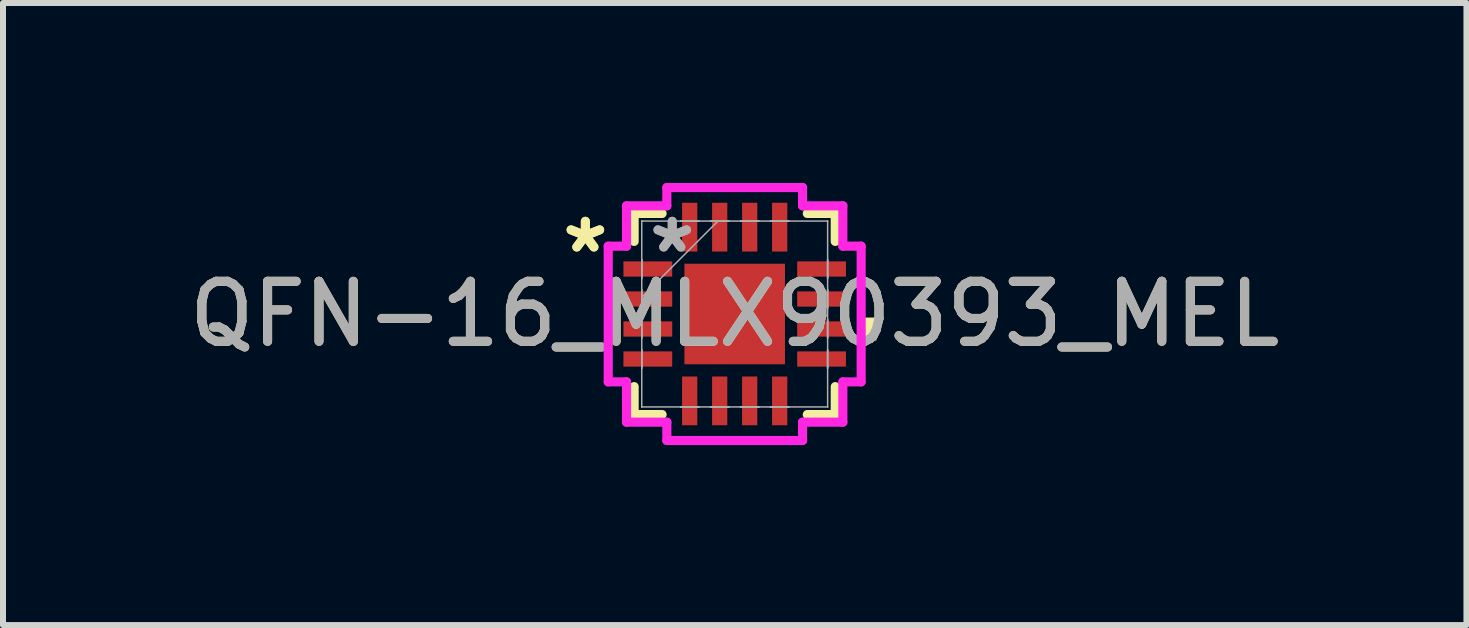
<source format=kicad_pcb>
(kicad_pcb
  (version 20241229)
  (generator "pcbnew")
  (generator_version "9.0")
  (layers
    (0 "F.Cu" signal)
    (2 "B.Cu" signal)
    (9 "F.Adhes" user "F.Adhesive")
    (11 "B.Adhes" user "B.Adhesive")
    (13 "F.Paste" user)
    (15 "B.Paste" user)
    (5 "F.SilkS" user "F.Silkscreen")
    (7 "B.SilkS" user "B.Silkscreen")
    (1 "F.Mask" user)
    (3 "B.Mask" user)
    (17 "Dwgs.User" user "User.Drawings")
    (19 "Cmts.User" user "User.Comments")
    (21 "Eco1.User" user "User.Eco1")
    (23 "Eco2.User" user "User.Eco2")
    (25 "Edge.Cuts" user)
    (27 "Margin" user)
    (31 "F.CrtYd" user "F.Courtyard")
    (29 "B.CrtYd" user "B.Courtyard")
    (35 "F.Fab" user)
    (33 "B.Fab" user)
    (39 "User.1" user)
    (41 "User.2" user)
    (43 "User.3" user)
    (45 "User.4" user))
  (footprint "QFN-16_MLX90393_MEL"
    (layer "F.Cu")
    (at 9.196 2.184)
    (property "Reference" "QFN-16_MLX90393_MEL" (at 0 0 0) (unlocked yes) (layer "F.SilkS") (effects (font (size 1 1) (thickness 0.15))))
    (attr smd)
    (fp_line (start -1.676 -1.676) (end -1.676 -1.21) (stroke (width 0.152) (type solid)) (layer "F.SilkS"))
    (fp_line (start -1.676 1.21) (end -1.676 1.676) (stroke (width 0.152) (type solid)) (layer "F.SilkS"))
    (fp_line (start -1.676 1.676) (end -1.21 1.676) (stroke (width 0.152) (type solid)) (layer "F.SilkS"))
    (fp_line (start -1.21 -1.676) (end -1.676 -1.676) (stroke (width 0.152) (type solid)) (layer "F.SilkS"))
    (fp_line (start 1.21 1.676) (end 1.676 1.676) (stroke (width 0.152) (type solid)) (layer "F.SilkS"))
    (fp_line (start 1.676 -1.676) (end 1.21 -1.676) (stroke (width 0.152) (type solid)) (layer "F.SilkS"))
    (fp_line (start 1.676 -1.21) (end 1.676 -1.676) (stroke (width 0.152) (type solid)) (layer "F.SilkS"))
    (fp_line (start 1.676 1.676) (end 1.676 1.21) (stroke (width 0.152) (type solid)) (layer "F.SilkS"))
    (fp_poly (pts (xy 2.362 0.059) (xy 2.362 0.441) (xy 2.108 0.441) (xy 2.108 0.059)) (stroke (width 0) (type solid)) (fill yes) (layer "F.SilkS"))
    (fp_line (start -2.108 -1.131) (end -1.803 -1.131) (stroke (width 0.152) (type solid)) (layer "F.CrtYd"))
    (fp_line (start -2.108 1.131) (end -2.108 -1.131) (stroke (width 0.152) (type solid)) (layer "F.CrtYd"))
    (fp_line (start -1.803 -1.803) (end -1.131 -1.803) (stroke (width 0.152) (type solid)) (layer "F.CrtYd"))
    (fp_line (start -1.803 -1.131) (end -1.803 -1.803) (stroke (width 0.152) (type solid)) (layer "F.CrtYd"))
    (fp_line (start -1.803 1.131) (end -2.108 1.131) (stroke (width 0.152) (type solid)) (layer "F.CrtYd"))
    (fp_line (start -1.803 1.803) (end -1.803 1.131) (stroke (width 0.152) (type solid)) (layer "F.CrtYd"))
    (fp_line (start -1.131 -2.108) (end 1.131 -2.108) (stroke (width 0.152) (type solid)) (layer "F.CrtYd"))
    (fp_line (start -1.131 -1.803) (end -1.131 -2.108) (stroke (width 0.152) (type solid)) (layer "F.CrtYd"))
    (fp_line (start -1.131 1.803) (end -1.803 1.803) (stroke (width 0.152) (type solid)) (layer "F.CrtYd"))
    (fp_line (start -1.131 2.108) (end -1.131 1.803) (stroke (width 0.152) (type solid)) (layer "F.CrtYd"))
    (fp_line (start 1.131 -2.108) (end 1.131 -1.803) (stroke (width 0.152) (type solid)) (layer "F.CrtYd"))
    (fp_line (start 1.131 -1.803) (end 1.803 -1.803) (stroke (width 0.152) (type solid)) (layer "F.CrtYd"))
    (fp_line (start 1.131 1.803) (end 1.131 2.108) (stroke (width 0.152) (type solid)) (layer "F.CrtYd"))
    (fp_line (start 1.131 2.108) (end -1.131 2.108) (stroke (width 0.152) (type solid)) (layer "F.CrtYd"))
    (fp_line (start 1.803 -1.803) (end 1.803 -1.131) (stroke (width 0.152) (type solid)) (layer "F.CrtYd"))
    (fp_line (start 1.803 -1.131) (end 2.108 -1.131) (stroke (width 0.152) (type solid)) (layer "F.CrtYd"))
    (fp_line (start 1.803 1.131) (end 1.803 1.803) (stroke (width 0.152) (type solid)) (layer "F.CrtYd"))
    (fp_line (start 1.803 1.803) (end 1.131 1.803) (stroke (width 0.152) (type solid)) (layer "F.CrtYd"))
    (fp_line (start 2.108 -1.131) (end 2.108 1.131) (stroke (width 0.152) (type solid)) (layer "F.CrtYd"))
    (fp_line (start 2.108 1.131) (end 1.803 1.131) (stroke (width 0.152) (type solid)) (layer "F.CrtYd"))
    (fp_line (start -1.549 -1.549) (end -1.549 -1.549) (stroke (width 0.025) (type solid)) (layer "F.Fab"))
    (fp_line (start -1.549 -1.549) (end -1.549 1.549) (stroke (width 0.025) (type solid)) (layer "F.Fab"))
    (fp_line (start -1.549 -0.902) (end -1.549 -0.902) (stroke (width 0.025) (type solid)) (layer "F.Fab"))
    (fp_line (start -1.549 -0.902) (end -1.549 -0.598) (stroke (width 0.025) (type solid)) (layer "F.Fab"))
    (fp_line (start -1.549 -0.598) (end -1.549 -0.902) (stroke (width 0.025) (type solid)) (layer "F.Fab"))
    (fp_line (start -1.549 -0.598) (end -1.549 -0.598) (stroke (width 0.025) (type solid)) (layer "F.Fab"))
    (fp_line (start -1.549 -0.402) (end -1.549 -0.402) (stroke (width 0.025) (type solid)) (layer "F.Fab"))
    (fp_line (start -1.549 -0.402) (end -1.549 -0.098) (stroke (width 0.025) (type solid)) (layer "F.Fab"))
    (fp_line (start -1.549 -0.279) (end -0.279 -1.549) (stroke (width 0.025) (type solid)) (layer "F.Fab"))
    (fp_line (start -1.549 -0.098) (end -1.549 -0.402) (stroke (width 0.025) (type solid)) (layer "F.Fab"))
    (fp_line (start -1.549 -0.098) (end -1.549 -0.098) (stroke (width 0.025) (type solid)) (layer "F.Fab"))
    (fp_line (start -1.549 0.098) (end -1.549 0.098) (stroke (width 0.025) (type solid)) (layer "F.Fab"))
    (fp_line (start -1.549 0.098) (end -1.549 0.402) (stroke (width 0.025) (type solid)) (layer "F.Fab"))
    (fp_line (start -1.549 0.402) (end -1.549 0.098) (stroke (width 0.025) (type solid)) (layer "F.Fab"))
    (fp_line (start -1.549 0.402) (end -1.549 0.402) (stroke (width 0.025) (type solid)) (layer "F.Fab"))
    (fp_line (start -1.549 0.598) (end -1.549 0.598) (stroke (width 0.025) (type solid)) (layer "F.Fab"))
    (fp_line (start -1.549 0.598) (end -1.549 0.902) (stroke (width 0.025) (type solid)) (layer "F.Fab"))
    (fp_line (start -1.549 0.902) (end -1.549 0.598) (stroke (width 0.025) (type solid)) (layer "F.Fab"))
    (fp_line (start -1.549 0.902) (end -1.549 0.902) (stroke (width 0.025) (type solid)) (layer "F.Fab"))
    (fp_line (start -1.549 1.549) (end -1.549 1.549) (stroke (width 0.025) (type solid)) (layer "F.Fab"))
    (fp_line (start -1.549 1.549) (end 1.549 1.549) (stroke (width 0.025) (type solid)) (layer "F.Fab"))
    (fp_line (start -0.902 -1.549) (end -0.902 -1.549) (stroke (width 0.025) (type solid)) (layer "F.Fab"))
    (fp_line (start -0.902 -1.549) (end -0.598 -1.549) (stroke (width 0.025) (type solid)) (layer "F.Fab"))
    (fp_line (start -0.902 1.549) (end -0.902 1.549) (stroke (width 0.025) (type solid)) (layer "F.Fab"))
    (fp_line (start -0.902 1.549) (end -0.598 1.549) (stroke (width 0.025) (type solid)) (layer "F.Fab"))
    (fp_line (start -0.598 -1.549) (end -0.902 -1.549) (stroke (width 0.025) (type solid)) (layer "F.Fab"))
    (fp_line (start -0.598 -1.549) (end -0.598 -1.549) (stroke (width 0.025) (type solid)) (layer "F.Fab"))
    (fp_line (start -0.598 1.549) (end -0.902 1.549) (stroke (width 0.025) (type solid)) (layer "F.Fab"))
    (fp_line (start -0.598 1.549) (end -0.598 1.549) (stroke (width 0.025) (type solid)) (layer "F.Fab"))
    (fp_line (start -0.402 -1.549) (end -0.402 -1.549) (stroke (width 0.025) (type solid)) (layer "F.Fab"))
    (fp_line (start -0.402 -1.549) (end -0.098 -1.549) (stroke (width 0.025) (type solid)) (layer "F.Fab"))
    (fp_line (start -0.402 1.549) (end -0.402 1.549) (stroke (width 0.025) (type solid)) (layer "F.Fab"))
    (fp_line (start -0.402 1.549) (end -0.098 1.549) (stroke (width 0.025) (type solid)) (layer "F.Fab"))
    (fp_line (start -0.098 -1.549) (end -0.402 -1.549) (stroke (width 0.025) (type solid)) (layer "F.Fab"))
    (fp_line (start -0.098 -1.549) (end -0.098 -1.549) (stroke (width 0.025) (type solid)) (layer "F.Fab"))
    (fp_line (start -0.098 1.549) (end -0.402 1.549) (stroke (width 0.025) (type solid)) (layer "F.Fab"))
    (fp_line (start -0.098 1.549) (end -0.098 1.549) (stroke (width 0.025) (type solid)) (layer "F.Fab"))
    (fp_line (start 0.098 -1.549) (end 0.098 -1.549) (stroke (width 0.025) (type solid)) (layer "F.Fab"))
    (fp_line (start 0.098 -1.549) (end 0.402 -1.549) (stroke (width 0.025) (type solid)) (layer "F.Fab"))
    (fp_line (start 0.098 1.549) (end 0.098 1.549) (stroke (width 0.025) (type solid)) (layer "F.Fab"))
    (fp_line (start 0.098 1.549) (end 0.402 1.549) (stroke (width 0.025) (type solid)) (layer "F.Fab"))
    (fp_line (start 0.402 -1.549) (end 0.098 -1.549) (stroke (width 0.025) (type solid)) (layer "F.Fab"))
    (fp_line (start 0.402 -1.549) (end 0.402 -1.549) (stroke (width 0.025) (type solid)) (layer "F.Fab"))
    (fp_line (start 0.402 1.549) (end 0.098 1.549) (stroke (width 0.025) (type solid)) (layer "F.Fab"))
    (fp_line (start 0.402 1.549) (end 0.402 1.549) (stroke (width 0.025) (type solid)) (layer "F.Fab"))
    (fp_line (start 0.598 -1.549) (end 0.598 -1.549) (stroke (width 0.025) (type solid)) (layer "F.Fab"))
    (fp_line (start 0.598 -1.549) (end 0.902 -1.549) (stroke (width 0.025) (type solid)) (layer "F.Fab"))
    (fp_line (start 0.598 1.549) (end 0.598 1.549) (stroke (width 0.025) (type solid)) (layer "F.Fab"))
    (fp_line (start 0.598 1.549) (end 0.902 1.549) (stroke (width 0.025) (type solid)) (layer "F.Fab"))
    (fp_line (start 0.902 -1.549) (end 0.598 -1.549) (stroke (width 0.025) (type solid)) (layer "F.Fab"))
    (fp_line (start 0.902 -1.549) (end 0.902 -1.549) (stroke (width 0.025) (type solid)) (layer "F.Fab"))
    (fp_line (start 0.902 1.549) (end 0.598 1.549) (stroke (width 0.025) (type solid)) (layer "F.Fab"))
    (fp_line (start 0.902 1.549) (end 0.902 1.549) (stroke (width 0.025) (type solid)) (layer "F.Fab"))
    (fp_line (start 1.549 -1.549) (end -1.549 -1.549) (stroke (width 0.025) (type solid)) (layer "F.Fab"))
    (fp_line (start 1.549 -1.549) (end 1.549 -1.549) (stroke (width 0.025) (type solid)) (layer "F.Fab"))
    (fp_line (start 1.549 -0.902) (end 1.549 -0.902) (stroke (width 0.025) (type solid)) (layer "F.Fab"))
    (fp_line (start 1.549 -0.902) (end 1.549 -0.598) (stroke (width 0.025) (type solid)) (layer "F.Fab"))
    (fp_line (start 1.549 -0.598) (end 1.549 -0.902) (stroke (width 0.025) (type solid)) (layer "F.Fab"))
    (fp_line (start 1.549 -0.598) (end 1.549 -0.598) (stroke (width 0.025) (type solid)) (layer "F.Fab"))
    (fp_line (start 1.549 -0.402) (end 1.549 -0.402) (stroke (width 0.025) (type solid)) (layer "F.Fab"))
    (fp_line (start 1.549 -0.402) (end 1.549 -0.098) (stroke (width 0.025) (type solid)) (layer "F.Fab"))
    (fp_line (start 1.549 -0.098) (end 1.549 -0.402) (stroke (width 0.025) (type solid)) (layer "F.Fab"))
    (fp_line (start 1.549 -0.098) (end 1.549 -0.098) (stroke (width 0.025) (type solid)) (layer "F.Fab"))
    (fp_line (start 1.549 0.098) (end 1.549 0.098) (stroke (width 0.025) (type solid)) (layer "F.Fab"))
    (fp_line (start 1.549 0.098) (end 1.549 0.402) (stroke (width 0.025) (type solid)) (layer "F.Fab"))
    (fp_line (start 1.549 0.402) (end 1.549 0.098) (stroke (width 0.025) (type solid)) (layer "F.Fab"))
    (fp_line (start 1.549 0.402) (end 1.549 0.402) (stroke (width 0.025) (type solid)) (layer "F.Fab"))
    (fp_line (start 1.549 0.598) (end 1.549 0.598) (stroke (width 0.025) (type solid)) (layer "F.Fab"))
    (fp_line (start 1.549 0.598) (end 1.549 0.902) (stroke (width 0.025) (type solid)) (layer "F.Fab"))
    (fp_line (start 1.549 0.902) (end 1.549 0.598) (stroke (width 0.025) (type solid)) (layer "F.Fab"))
    (fp_line (start 1.549 0.902) (end 1.549 0.902) (stroke (width 0.025) (type solid)) (layer "F.Fab"))
    (fp_line (start 1.549 1.549) (end 1.549 -1.549) (stroke (width 0.025) (type solid)) (layer "F.Fab"))
    (fp_line (start 1.549 1.549) (end 1.549 1.549) (stroke (width 0.025) (type solid)) (layer "F.Fab"))
    (fp_text user "*" (at -2.489 -1 0) (unlocked yes) (layer "F.SilkS") (effects (font (size 1 1) (thickness 0.15))))
    (fp_text user "*" (at -2.489 -1 0) (layer "F.SilkS") (effects (font (size 1 1) (thickness 0.15))))
    (fp_text user "*" (at -1.041 -1 0) (layer "F.Fab") (effects (font (size 1 1) (thickness 0.15))))
    (fp_text user "${REFERENCE}" (at 0 0 0) (unlocked yes) (layer "F.Fab") (effects (font (size 1 1) (thickness 0.15))))
    (fp_text user "*" (at -1.041 -1 0) (unlocked yes) (layer "F.Fab") (effects (font (size 1 1) (thickness 0.15))))
    (pad "1" smd rect (at -1.448 -0.75 90) (size 0.254 0.813) (layers "F.Cu" "F.Mask" "F.Paste"))
    (pad "2" smd rect (at -1.448 -0.25 90) (size 0.254 0.813) (layers "F.Cu" "F.Mask" "F.Paste"))
    (pad "3" smd rect (at -1.448 0.25 90) (size 0.254 0.813) (layers "F.Cu" "F.Mask" "F.Paste"))
    (pad "4" smd rect (at -1.448 0.75 90) (size 0.254 0.813) (layers "F.Cu" "F.Mask" "F.Paste"))
    (pad "5" smd rect (at -0.75 1.448) (size 0.254 0.813) (layers "F.Cu" "F.Mask" "F.Paste"))
    (pad "6" smd rect (at -0.25 1.448) (size 0.254 0.813) (layers "F.Cu" "F.Mask" "F.Paste"))
    (pad "7" smd rect (at 0.25 1.448) (size 0.254 0.813) (layers "F.Cu" "F.Mask" "F.Paste"))
    (pad "8" smd rect (at 0.75 1.448) (size 0.254 0.813) (layers "F.Cu" "F.Mask" "F.Paste"))
    (pad "9" smd rect (at 1.448 0.75 90) (size 0.254 0.813) (layers "F.Cu" "F.Mask" "F.Paste"))
    (pad "10" smd rect (at 1.448 0.25 90) (size 0.254 0.813) (layers "F.Cu" "F.Mask" "F.Paste"))
    (pad "11" smd rect (at 1.448 -0.25 90) (size 0.254 0.813) (layers "F.Cu" "F.Mask" "F.Paste"))
    (pad "12" smd rect (at 1.448 -0.75 90) (size 0.254 0.813) (layers "F.Cu" "F.Mask" "F.Paste"))
    (pad "13" smd rect (at 0.75 -1.448) (size 0.254 0.813) (layers "F.Cu" "F.Mask" "F.Paste"))
    (pad "14" smd rect (at 0.25 -1.448) (size 0.254 0.813) (layers "F.Cu" "F.Mask" "F.Paste"))
    (pad "15" smd rect (at -0.25 -1.448) (size 0.254 0.813) (layers "F.Cu" "F.Mask" "F.Paste"))
    (pad "16" smd rect (at -0.75 -1.448) (size 0.254 0.813) (layers "F.Cu" "F.Mask" "F.Paste"))
    (pad "17" smd rect (at 0 0) (size 1.676 1.676) (layers "F.Cu" "F.Mask" "F.Paste")))
  (gr_rect
    (start -3 -3)
    (end 21.393 7.369)
    (stroke (width 0.1) (type default))
    (fill no)
    (layer "Edge.Cuts")))
</source>
